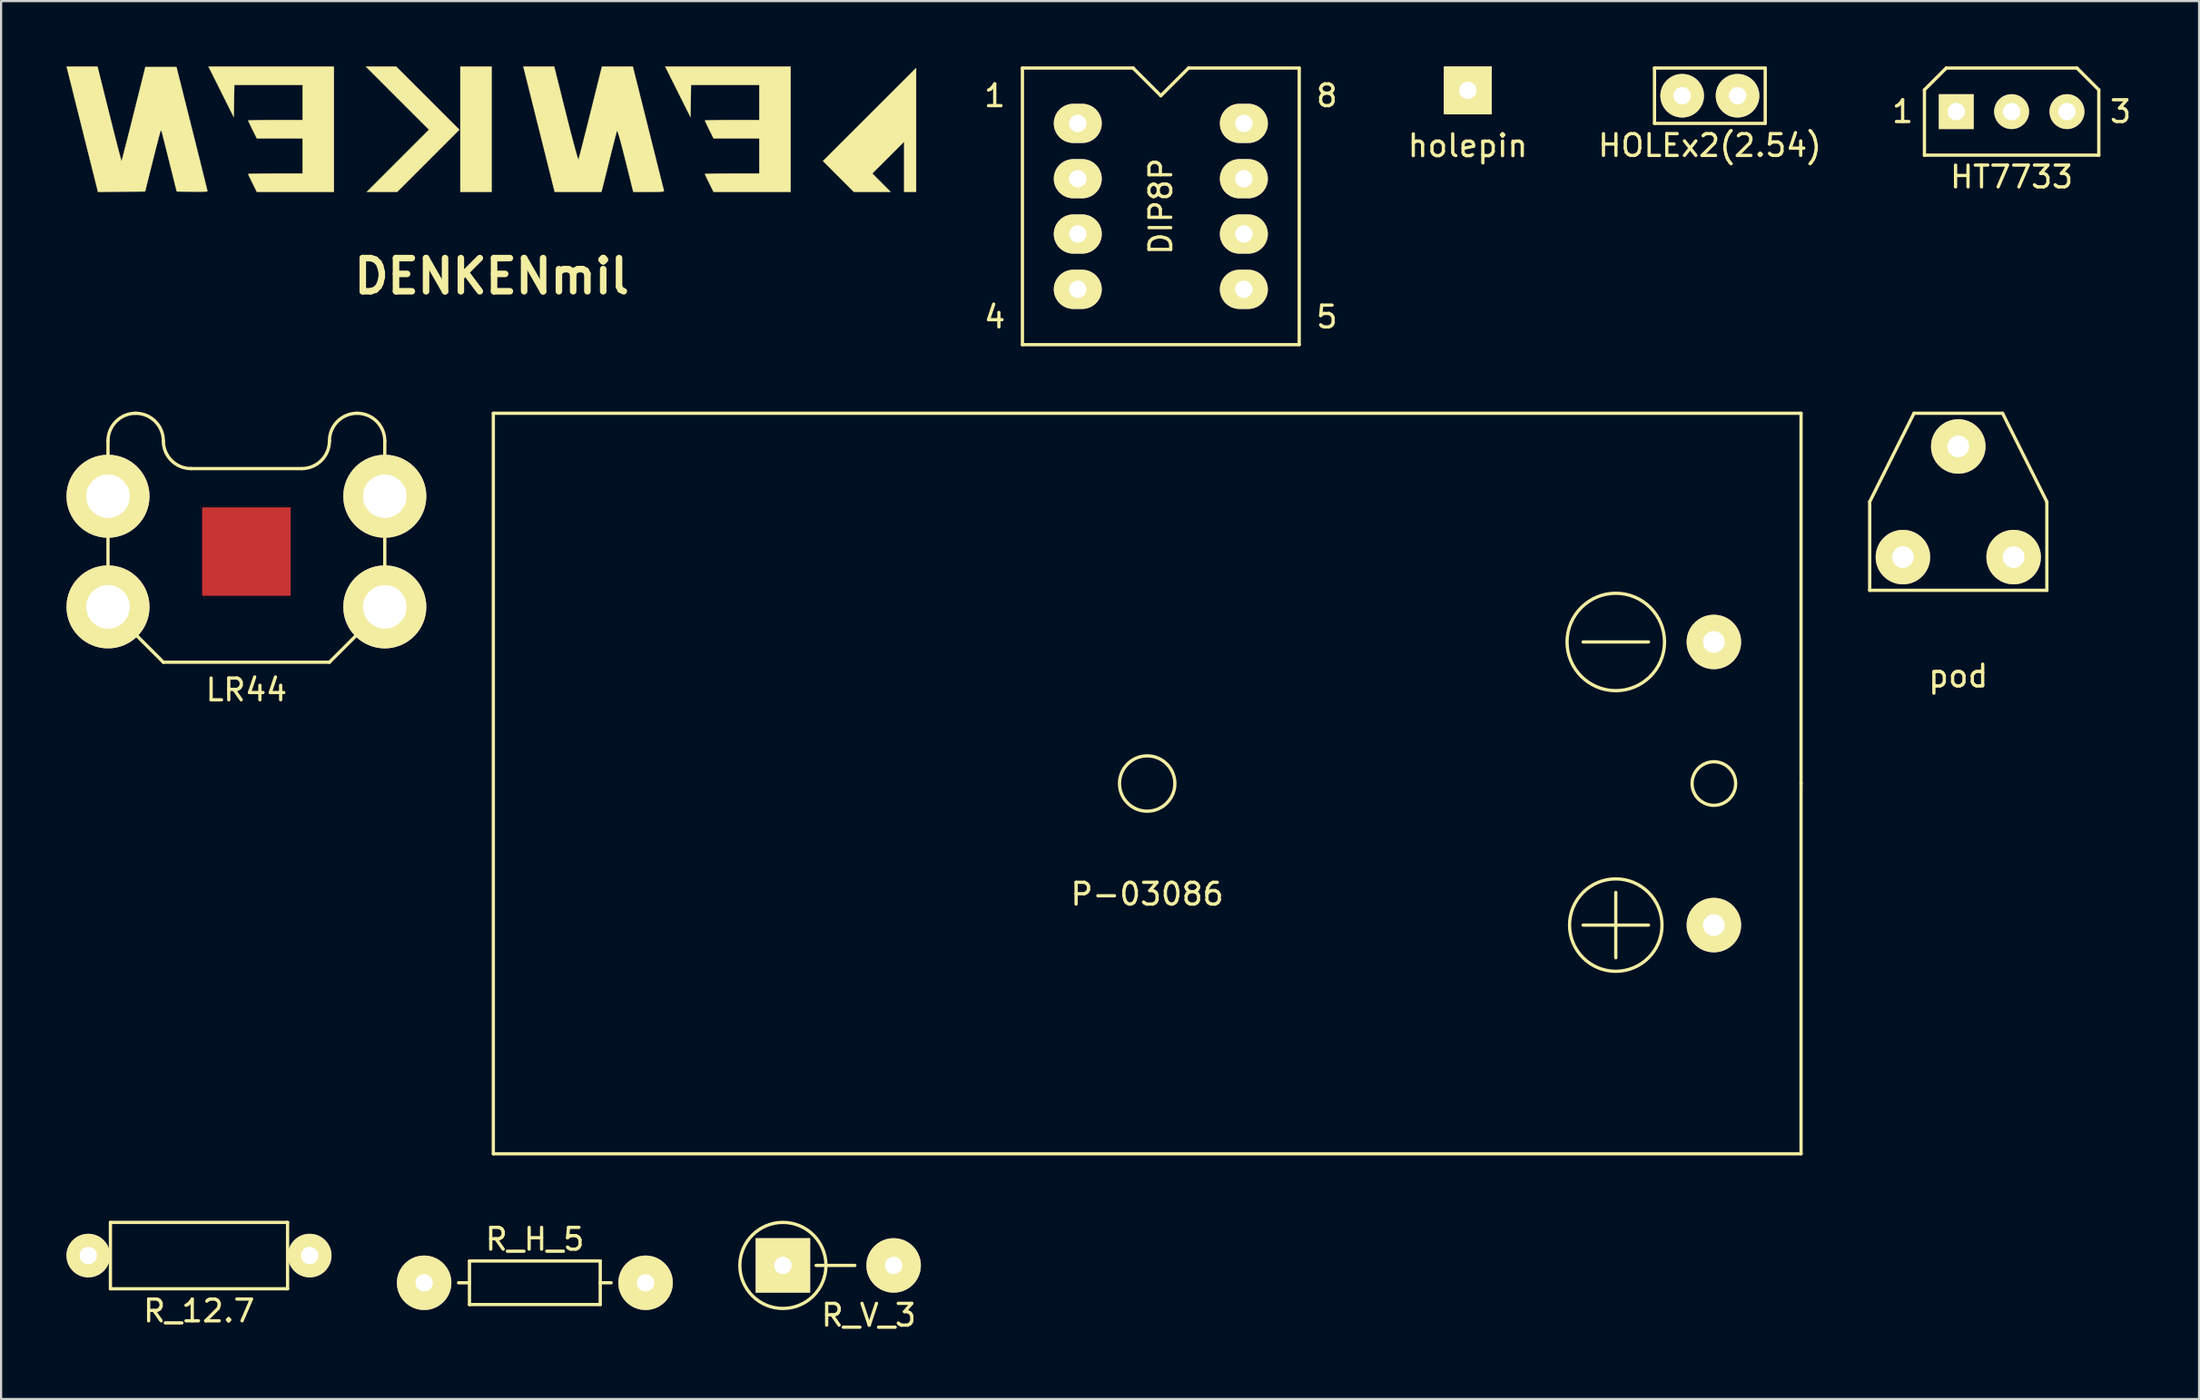
<source format=kicad_pcb>
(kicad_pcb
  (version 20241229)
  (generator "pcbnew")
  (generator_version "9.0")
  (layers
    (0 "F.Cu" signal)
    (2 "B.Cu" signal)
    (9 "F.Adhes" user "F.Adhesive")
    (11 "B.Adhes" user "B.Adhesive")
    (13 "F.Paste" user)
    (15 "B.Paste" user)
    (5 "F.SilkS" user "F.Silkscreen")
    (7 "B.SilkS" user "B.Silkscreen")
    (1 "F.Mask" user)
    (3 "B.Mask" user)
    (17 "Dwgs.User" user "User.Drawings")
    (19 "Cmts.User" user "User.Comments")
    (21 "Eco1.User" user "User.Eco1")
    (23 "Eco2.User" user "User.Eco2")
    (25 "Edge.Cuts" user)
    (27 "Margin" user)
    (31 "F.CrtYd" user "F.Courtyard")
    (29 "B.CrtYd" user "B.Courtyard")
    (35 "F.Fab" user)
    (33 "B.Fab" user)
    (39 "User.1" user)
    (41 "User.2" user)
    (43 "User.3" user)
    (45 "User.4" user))
  (footprint "R_V_3"
    (layer "F.Cu")
    (at 35.411 55.051)
    (property "Reference" "R_V_3" (at 1.397 2.286 0) (layer "F.SilkS") (effects (font (size 1 1) (thickness 0.15))))
    (attr through_hole)
    (fp_line (start -1.016 0) (end 0.762 0) (stroke (width 0.15) (type solid)) (layer "F.SilkS"))
    (fp_circle (center -2.54 0) (end -1.143 1.397) (stroke (width 0.15) (type solid)) (fill no) (layer "F.SilkS"))
    (pad "2" thru_hole rect (at -2.54 0) (size 2.5 2.5) (drill 0.8) (layers "*.Cu" "*.Mask" "F.SilkS"))
    (pad "3" thru_hole circle (at 2.54 0) (size 2.5 2.5) (drill 0.8) (layers "*.Cu" "*.Mask" "F.SilkS")))
  (footprint "DIP8P"
    (layer "F.Cu")
    (at 50.21 6.425)
    (property "Reference" "DIP8P" (at 0 0 90) (layer "F.SilkS") (effects (font (size 1 1) (thickness 0.15))))
    (attr through_hole)
    (fp_line (start -6.35 -6.35) (end -1.27 -6.35) (stroke (width 0.15) (type solid)) (layer "F.SilkS"))
    (fp_line (start -6.35 6.35) (end -6.35 -6.35) (stroke (width 0.15) (type solid)) (layer "F.SilkS"))
    (fp_line (start -1.27 -6.35) (end 0 -5.08) (stroke (width 0.15) (type solid)) (layer "F.SilkS"))
    (fp_line (start 0 -5.08) (end 1.27 -6.35) (stroke (width 0.15) (type solid)) (layer "F.SilkS"))
    (fp_line (start 1.27 -6.35) (end 6.35 -6.35) (stroke (width 0.15) (type solid)) (layer "F.SilkS"))
    (fp_line (start 6.35 -6.35) (end 6.35 6.35) (stroke (width 0.15) (type solid)) (layer "F.SilkS"))
    (fp_line (start 6.35 6.35) (end -6.35 6.35) (stroke (width 0.15) (type solid)) (layer "F.SilkS"))
    (fp_text user "8" (at 7.62 -5.08 0) (layer "F.SilkS") (effects (font (size 1 1) (thickness 0.15))))
    (fp_text user "4" (at -7.62 5.08 0) (layer "F.SilkS") (effects (font (size 1 1) (thickness 0.15))))
    (fp_text user "5" (at 7.62 5.08 0) (layer "F.SilkS") (effects (font (size 1 1) (thickness 0.15))))
    (fp_text user "1" (at -7.62 -5.08 0) (layer "F.SilkS") (effects (font (size 1 1) (thickness 0.15))))
    (pad "1" thru_hole oval (at -3.81 -3.81) (size 2.2 1.8) (drill 0.8) (layers "*.Cu" "*.Mask" "F.SilkS"))
    (pad "2" thru_hole oval (at -3.81 -1.27) (size 2.2 1.8) (drill 0.8) (layers "*.Cu" "*.Mask" "F.SilkS"))
    (pad "3" thru_hole oval (at -3.81 1.27) (size 2.2 1.8) (drill 0.8) (layers "*.Cu" "*.Mask" "F.SilkS"))
    (pad "4" thru_hole oval (at -3.81 3.81) (size 2.2 1.8) (drill 0.8) (layers "*.Cu" "*.Mask" "F.SilkS"))
    (pad "5" thru_hole oval (at 3.81 3.81) (size 2.2 1.8) (drill 0.8) (layers "*.Cu" "*.Mask" "F.SilkS"))
    (pad "6" thru_hole oval (at 3.81 1.27) (size 2.2 1.8) (drill 0.8) (layers "*.Cu" "*.Mask" "F.SilkS"))
    (pad "7" thru_hole oval (at 3.81 -1.27) (size 2.2 1.8) (drill 0.8) (layers "*.Cu" "*.Mask" "F.SilkS"))
    (pad "8" thru_hole oval (at 3.81 -3.81) (size 2.2 1.8) (drill 0.8) (layers "*.Cu" "*.Mask" "F.SilkS")))
  (footprint "DENKENmil"
    (layer "F.Cu")
    (at 19.51 2.884)
    (property "Reference" "DENKENmil" (at 0 6.75 0) (layer "F.SilkS") (effects (font (size 1.524 1.524) (thickness 0.3))))
    (attr through_hole)
    (fp_poly (pts (xy -1.439 2.879) (xy 0 2.879) (xy 0 -2.879) (xy -1.439 -2.879) (xy -1.439 2.879)) (stroke (width 0.01) (type solid)) (fill yes) (layer "F.SilkS"))
    (fp_poly (pts (xy -2.879 0.021) (xy -4.307 1.45) (xy -5.736 2.879) (xy -4.339 2.879) (xy -2.91 1.45) (xy -1.482 0.021) (xy -2.932 -1.429) (xy -4.382 -2.879) (xy -5.778 -2.879) (xy -2.879 0.021)) (stroke (width 0.01) (type solid)) (fill yes) (layer "F.SilkS"))
    (fp_poly (pts (xy 15.198 1.46) (xy 15.906 2.169) (xy 16.615 2.879) (xy 18.308 2.879) (xy 17.886 2.455) (xy 17.463 2.031) (xy 18.193 1.302) (xy 18.923 0.572) (xy 18.923 2.879) (xy 19.473 2.879) (xy 19.473 -2.815) (xy 15.198 1.46)) (stroke (width 0.01) (type solid)) (fill yes) (layer "F.SilkS"))
    (fp_poly (pts (xy -11.832 -0.549) (xy -11.821 -1.29) (xy -11.809 -2.032) (xy -8.678 -2.032) (xy -8.678 -0.423) (xy -9.927 -0.423) (xy -10.243 -0.423) (xy -10.529 -0.421) (xy -10.775 -0.418) (xy -10.971 -0.414) (xy -11.107 -0.409) (xy -11.172 -0.404) (xy -11.176 -0.403) (xy -11.158 -0.359) (xy -11.11 -0.256) (xy -11.04 -0.11) (xy -10.976 0.021) (xy -10.776 0.423) (xy -8.678 0.423) (xy -8.678 2.032) (xy -9.927 2.032) (xy -10.243 2.033) (xy -10.529 2.035) (xy -10.775 2.038) (xy -10.971 2.041) (xy -11.107 2.046) (xy -11.172 2.051) (xy -11.176 2.053) (xy -11.158 2.097) (xy -11.11 2.2) (xy -11.04 2.345) (xy -10.976 2.476) (xy -10.776 2.879) (xy -7.239 2.879) (xy -7.239 -2.879) (xy -12.996 -2.879) (xy -11.832 -0.549)) (stroke (width 0.01) (type solid)) (fill yes) (layer "F.SilkS"))
    (fp_poly (pts (xy 9.123 -0.549) (xy 9.134 -1.29) (xy 9.146 -2.032) (xy 12.277 -2.032) (xy 12.277 -0.423) (xy 11.028 -0.423) (xy 10.712 -0.423) (xy 10.426 -0.421) (xy 10.18 -0.418) (xy 9.984 -0.414) (xy 9.848 -0.409) (xy 9.783 -0.404) (xy 9.779 -0.403) (xy 9.797 -0.359) (xy 9.845 -0.256) (xy 9.915 -0.11) (xy 9.979 0.021) (xy 10.179 0.423) (xy 12.277 0.423) (xy 12.277 2.032) (xy 11.028 2.032) (xy 10.712 2.033) (xy 10.426 2.035) (xy 10.18 2.038) (xy 9.984 2.041) (xy 9.848 2.046) (xy 9.783 2.051) (xy 9.779 2.053) (xy 9.797 2.097) (xy 9.845 2.2) (xy 9.915 2.345) (xy 9.979 2.476) (xy 10.179 2.879) (xy 13.716 2.879) (xy 13.716 -2.879) (xy 7.959 -2.879) (xy 9.123 -0.549)) (stroke (width 0.01) (type solid)) (fill yes) (layer "F.SilkS"))
    (fp_poly (pts (xy -18.065 2.88) (xy -16.983 2.869) (xy -15.901 2.857) (xy -15.554 1.469) (xy -15.471 1.139) (xy -15.394 0.835) (xy -15.325 0.569) (xy -15.267 0.348) (xy -15.222 0.182) (xy -15.193 0.082) (xy -15.183 0.056) (xy -15.158 0.074) (xy -15.129 0.151) (xy -15.129 0.154) (xy -15.111 0.224) (xy -15.076 0.365) (xy -15.025 0.567) (xy -14.962 0.817) (xy -14.89 1.105) (xy -14.811 1.42) (xy -14.775 1.566) (xy -14.452 2.857) (xy -13.745 2.869) (xy -13.511 2.871) (xy -13.311 2.869) (xy -13.156 2.864) (xy -13.062 2.856) (xy -13.04 2.848) (xy -13.05 2.802) (xy -13.079 2.681) (xy -13.126 2.492) (xy -13.188 2.24) (xy -13.264 1.933) (xy -13.352 1.578) (xy -13.451 1.181) (xy -13.559 0.748) (xy -13.674 0.288) (xy -13.752 -0.021) (xy -14.462 -2.857) (xy -15.891 -2.857) (xy -16.429 -0.707) (xy -16.532 -0.294) (xy -16.629 0.093) (xy -16.719 0.447) (xy -16.799 0.76) (xy -16.867 1.025) (xy -16.921 1.234) (xy -16.959 1.379) (xy -16.98 1.453) (xy -16.983 1.46) (xy -16.996 1.424) (xy -17.027 1.312) (xy -17.075 1.134) (xy -17.137 0.895) (xy -17.213 0.605) (xy -17.298 0.269) (xy -17.393 -0.103) (xy -17.494 -0.506) (xy -17.543 -0.701) (xy -18.086 -2.879) (xy -19.505 -2.879) (xy -18.065 2.88)) (stroke (width 0.01) (type solid)) (fill yes) (layer "F.SilkS"))
    (fp_poly (pts (xy 4.534 -0.773) (xy 4.432 -0.363) (xy 4.335 0.023) (xy 4.245 0.376) (xy 4.166 0.69) (xy 4.097 0.955) (xy 4.043 1.165) (xy 4.004 1.31) (xy 3.982 1.384) (xy 3.98 1.391) (xy 3.964 1.362) (xy 3.93 1.259) (xy 3.88 1.088) (xy 3.816 0.856) (xy 3.74 0.572) (xy 3.653 0.242) (xy 3.558 -0.127) (xy 3.456 -0.526) (xy 3.409 -0.715) (xy 2.868 -2.879) (xy 1.45 -2.879) (xy 2.17 0) (xy 2.889 2.879) (xy 5.034 2.879) (xy 5.076 2.72) (xy 5.097 2.639) (xy 5.135 2.487) (xy 5.188 2.277) (xy 5.252 2.022) (xy 5.324 1.732) (xy 5.401 1.42) (xy 5.417 1.355) (xy 5.495 1.045) (xy 5.567 0.759) (xy 5.631 0.509) (xy 5.684 0.305) (xy 5.723 0.158) (xy 5.745 0.08) (xy 5.748 0.072) (xy 5.767 0.089) (xy 5.803 0.187) (xy 5.857 0.365) (xy 5.928 0.62) (xy 6.015 0.951) (xy 6.117 1.356) (xy 6.138 1.437) (xy 6.496 2.879) (xy 7.209 2.879) (xy 7.47 2.878) (xy 7.658 2.875) (xy 7.784 2.87) (xy 7.859 2.859) (xy 7.895 2.844) (xy 7.903 2.821) (xy 7.9 2.805) (xy 7.886 2.752) (xy 7.853 2.623) (xy 7.804 2.427) (xy 7.739 2.171) (xy 7.661 1.86) (xy 7.572 1.503) (xy 7.473 1.106) (xy 7.365 0.677) (xy 7.252 0.223) (xy 7.217 0.085) (xy 7.102 -0.379) (xy 6.991 -0.821) (xy 6.888 -1.235) (xy 6.793 -1.613) (xy 6.71 -1.949) (xy 6.638 -2.233) (xy 6.581 -2.46) (xy 6.541 -2.621) (xy 6.518 -2.71) (xy 6.516 -2.72) (xy 6.474 -2.879) (xy 5.058 -2.879) (xy 4.534 -0.773)) (stroke (width 0.01) (type solid)) (fill yes) (layer "F.SilkS")))
  (footprint "holepin"
    (layer "F.Cu")
    (at 64.294 1.1)
    (property "Reference" "holepin" (at 0 2.54 0) (layer "F.SilkS") (effects (font (size 1 1) (thickness 0.15))))
    (attr through_hole)
    (pad "1" thru_hole rect (at 0 0) (size 2.2 2.2) (drill 0.8) (layers "*.Cu" "*.Mask" "F.SilkS")))
  (footprint "R_12.7"
    (layer "F.Cu")
    (at 6.08 54.599)
    (property "Reference" "R_12.7" (at 0 2.54 0) (layer "F.SilkS") (effects (font (size 1 1) (thickness 0.15))))
    (attr through_hole)
    (fp_line (start -4.064 -1.524) (end -4.064 1.524) (stroke (width 0.15) (type solid)) (layer "F.SilkS"))
    (fp_line (start -4.064 1.524) (end 4.064 1.524) (stroke (width 0.15) (type solid)) (layer "F.SilkS"))
    (fp_line (start 4.064 -1.524) (end -4.064 -1.524) (stroke (width 0.15) (type solid)) (layer "F.SilkS"))
    (fp_line (start 4.064 1.524) (end 4.064 -1.524) (stroke (width 0.15) (type solid)) (layer "F.SilkS"))
    (pad "1" thru_hole circle (at -5.08 0) (size 2 2) (drill 0.8) (layers "*.Cu" "*.Mask" "F.SilkS"))
    (pad "2" thru_hole circle (at 5.08 0) (size 2 2) (drill 0.8) (layers "*.Cu" "*.Mask" "F.SilkS")))
  (footprint "P-03086"
    (layer "F.Cu")
    (at 49.585 32.925)
    (property "Reference" "P-03086" (at 0 5.08 0) (layer "F.SilkS") (effects (font (size 1 1) (thickness 0.15))))
    (attr through_hole)
    (fp_line (start -30 -17) (end -30 17) (stroke (width 0.15) (type solid)) (layer "F.SilkS"))
    (fp_line (start -30 17) (end 30 17) (stroke (width 0.15) (type solid)) (layer "F.SilkS"))
    (fp_line (start 20 -6.5) (end 23 -6.5) (stroke (width 0.15) (type solid)) (layer "F.SilkS"))
    (fp_line (start 20 6.5) (end 23 6.5) (stroke (width 0.15) (type solid)) (layer "F.SilkS"))
    (fp_line (start 21.5 5) (end 21.5 8) (stroke (width 0.15) (type solid)) (layer "F.SilkS"))
    (fp_line (start 30 -17) (end -30 -17) (stroke (width 0.15) (type solid)) (layer "F.SilkS"))
    (fp_line (start 30 0) (end 30 -17) (stroke (width 0.15) (type solid)) (layer "F.SilkS"))
    (fp_line (start 30 17) (end 30 0) (stroke (width 0.15) (type solid)) (layer "F.SilkS"))
    (fp_circle (center 0 0) (end 1.27 0) (stroke (width 0.15) (type solid)) (fill no) (layer "F.SilkS"))
    (fp_circle (center 21.5 -6.5) (end 22.5 -4.5) (stroke (width 0.15) (type solid)) (fill no) (layer "F.SilkS"))
    (fp_circle (center 21.5 6.5) (end 23 8) (stroke (width 0.15) (type solid)) (fill no) (layer "F.SilkS"))
    (fp_circle (center 26 0) (end 26 -1) (stroke (width 0.15) (type solid)) (fill no) (layer "F.SilkS"))
    (pad "1" thru_hole circle (at 26 6.5) (size 2.5 2.5) (drill 1) (layers "*.Cu" "*.Mask" "F.SilkS"))
    (pad "2" thru_hole circle (at 26 -6.5) (size 2.5 2.5) (drill 1) (layers "*.Cu" "*.Mask" "F.SilkS")))
  (footprint "HT7733"
    (layer "F.Cu")
    (at 89.246 2.075)
    (property "Reference" "HT7733" (at 0 3 0) (layer "F.SilkS") (effects (font (size 1 1) (thickness 0.15))))
    (attr through_hole)
    (fp_line (start -4 -1) (end -3 -2) (stroke (width 0.15) (type solid)) (layer "F.SilkS"))
    (fp_line (start -4 2) (end -4 -1) (stroke (width 0.15) (type solid)) (layer "F.SilkS"))
    (fp_line (start -3 -2) (end 3 -2) (stroke (width 0.15) (type solid)) (layer "F.SilkS"))
    (fp_line (start 3 -2) (end 4 -1) (stroke (width 0.15) (type solid)) (layer "F.SilkS"))
    (fp_line (start 4 -1) (end 4 2) (stroke (width 0.15) (type solid)) (layer "F.SilkS"))
    (fp_line (start 4 2) (end -4 2) (stroke (width 0.15) (type solid)) (layer "F.SilkS"))
    (fp_text user "3" (at 5 0 0) (layer "F.SilkS") (effects (font (size 1 1) (thickness 0.15))))
    (fp_text user "1" (at -5 0 0) (layer "F.SilkS") (effects (font (size 1 1) (thickness 0.15))))
    (pad "1" thru_hole rect (at -2.54 0) (size 1.6 1.6) (drill 0.8) (layers "*.Cu" "*.Mask" "F.SilkS"))
    (pad "2" thru_hole circle (at 0 0) (size 1.6 1.6) (drill 0.8) (layers "*.Cu" "*.Mask" "F.SilkS"))
    (pad "3" thru_hole circle (at 2.54 0) (size 1.6 1.6) (drill 0.8) (layers "*.Cu" "*.Mask" "F.SilkS")))
  (footprint "LR44"
    (layer "F.Cu")
    (at 8.255 22.275)
    (property "Reference" "LR44" (at 0 6.35 0) (layer "F.SilkS") (effects (font (size 1 1) (thickness 0.15))))
    (attr through_hole)
    (fp_line (start -6.35 -3.81) (end -6.35 -5.08) (stroke (width 0.15) (type solid)) (layer "F.SilkS"))
    (fp_line (start -6.35 -3.81) (end -6.35 -2.54) (stroke (width 0.15) (type solid)) (layer "F.SilkS"))
    (fp_line (start -6.35 2.54) (end -6.35 -2.54) (stroke (width 0.15) (type solid)) (layer "F.SilkS"))
    (fp_line (start -3.81 5.08) (end -6.35 2.54) (stroke (width 0.15) (type solid)) (layer "F.SilkS"))
    (fp_line (start -3.81 5.08) (end 3.81 5.08) (stroke (width 0.15) (type solid)) (layer "F.SilkS"))
    (fp_line (start 2.54 -3.81) (end -2.54 -3.81) (stroke (width 0.15) (type solid)) (layer "F.SilkS"))
    (fp_line (start 3.81 5.08) (end 6.35 2.54) (stroke (width 0.15) (type solid)) (layer "F.SilkS"))
    (fp_line (start 6.35 -3.81) (end 6.35 -5.08) (stroke (width 0.15) (type solid)) (layer "F.SilkS"))
    (fp_line (start 6.35 -3.81) (end 6.35 -2.54) (stroke (width 0.15) (type solid)) (layer "F.SilkS"))
    (fp_line (start 6.35 2.54) (end 6.35 -2.54) (stroke (width 0.15) (type solid)) (layer "F.SilkS"))
    (fp_arc (start -6.35 -5.08) (mid -5.978026 -5.978026) (end -5.08 -6.35) (stroke (width 0.15) (type solid)) (layer "F.SilkS"))
    (fp_arc (start -5.08 -6.35) (mid -4.181974 -5.978026) (end -3.81 -5.08) (stroke (width 0.15) (type solid)) (layer "F.SilkS"))
    (fp_arc (start -2.54 -3.81) (mid -3.438026 -4.181974) (end -3.81 -5.08) (stroke (width 0.15) (type solid)) (layer "F.SilkS"))
    (fp_arc (start 3.81 -5.08) (mid 3.438026 -4.181974) (end 2.54 -3.81) (stroke (width 0.15) (type solid)) (layer "F.SilkS"))
    (fp_arc (start 3.81 -5.08) (mid 4.181974 -5.978026) (end 5.08 -6.35) (stroke (width 0.15) (type solid)) (layer "F.SilkS"))
    (fp_arc (start 5.08 -6.35) (mid 5.978026 -5.978026) (end 6.35 -5.08) (stroke (width 0.15) (type solid)) (layer "F.SilkS"))
    (pad "1" thru_hole circle (at -6.35 -2.54) (size 3.81 3.81) (drill 2) (layers "*.Cu" "*.Mask" "F.SilkS"))
    (pad "1" thru_hole circle (at -6.35 2.54) (size 3.81 3.81) (drill 2) (layers "*.Cu" "*.Mask" "F.SilkS"))
    (pad "1" thru_hole circle (at 6.35 -2.54) (size 3.81 3.81) (drill 2) (layers "*.Cu" "*.Mask" "F.SilkS"))
    (pad "1" thru_hole circle (at 6.35 2.54) (size 3.81 3.81) (drill 2) (layers "*.Cu" "*.Mask" "F.SilkS"))
    (pad "2" smd rect (at 0 0) (size 4.06 4.06) (layers "F.Cu" "F.Mask" "F.Paste")))
  (footprint "HOLEx2(2.54)"
    (layer "F.Cu")
    (at 75.401 1.345)
    (property "Reference" "HOLEx2(2.54)" (at 0 2.286 0) (layer "F.SilkS") (effects (font (size 1 1) (thickness 0.15))))
    (attr through_hole)
    (fp_line (start -2.54 -1.27) (end 2.54 -1.27) (stroke (width 0.15) (type solid)) (layer "F.SilkS"))
    (fp_line (start -2.54 1.27) (end -2.54 -1.27) (stroke (width 0.15) (type solid)) (layer "F.SilkS"))
    (fp_line (start 2.54 -1.27) (end 2.54 1.27) (stroke (width 0.15) (type solid)) (layer "F.SilkS"))
    (fp_line (start 2.54 1.27) (end -2.54 1.27) (stroke (width 0.15) (type solid)) (layer "F.SilkS"))
    (pad "1" thru_hole circle (at -1.27 0) (size 2 2) (drill 0.8) (layers "*.Cu" "*.Mask" "F.SilkS"))
    (pad "2" thru_hole circle (at 1.27 0) (size 2 2) (drill 0.8) (layers "*.Cu" "*.Mask" "F.SilkS")))
  (footprint "R_H_5"
    (layer "F.Cu")
    (at 21.49 55.848)
    (property "Reference" "R_H_5" (at 0 -2 0) (layer "F.SilkS") (effects (font (size 1 1) (thickness 0.15))))
    (attr through_hole)
    (fp_line (start -3.5 0) (end -3 0) (stroke (width 0.15) (type solid)) (layer "F.SilkS"))
    (fp_line (start -3 -1) (end -3 1) (stroke (width 0.15) (type solid)) (layer "F.SilkS"))
    (fp_line (start -3 1) (end 3 1) (stroke (width 0.15) (type solid)) (layer "F.SilkS"))
    (fp_line (start 3 -1) (end -3 -1) (stroke (width 0.15) (type solid)) (layer "F.SilkS"))
    (fp_line (start 3 1) (end 3 -1) (stroke (width 0.15) (type solid)) (layer "F.SilkS"))
    (fp_line (start 3.5 0) (end 3 0) (stroke (width 0.15) (type solid)) (layer "F.SilkS"))
    (pad "1" thru_hole circle (at -5.08 0) (size 2.5 2.5) (drill 0.8) (layers "*.Cu" "*.Mask" "F.SilkS"))
    (pad "2" thru_hole circle (at 5.08 0) (size 2.5 2.5) (drill 0.8) (layers "*.Cu" "*.Mask" "F.SilkS")))
  (footprint "pod"
    (layer "F.Cu")
    (at 86.799 19.989)
    (property "Reference" "pod" (at 0 8 0) (layer "F.SilkS") (effects (font (size 1 1) (thickness 0.15))))
    (attr through_hole)
    (fp_line (start -4.064 0) (end -4.064 4.064) (stroke (width 0.15) (type solid)) (layer "F.SilkS"))
    (fp_line (start -4.064 4.064) (end 4.064 4.064) (stroke (width 0.15) (type solid)) (layer "F.SilkS"))
    (fp_line (start -2.032 -4.064) (end -4.064 0) (stroke (width 0.15) (type solid)) (layer "F.SilkS"))
    (fp_line (start 2.032 -4.064) (end -2.032 -4.064) (stroke (width 0.15) (type solid)) (layer "F.SilkS"))
    (fp_line (start 4.064 0) (end 2.032 -4.064) (stroke (width 0.15) (type solid)) (layer "F.SilkS"))
    (fp_line (start 4.064 4.064) (end 4.064 0) (stroke (width 0.15) (type solid)) (layer "F.SilkS"))
    (pad "1" thru_hole circle (at -2.54 2.54) (size 2.5 2.5) (drill 1) (layers "*.Cu" "*.Mask" "F.SilkS"))
    (pad "2" thru_hole circle (at 0 -2.54) (size 2.5 2.5) (drill 1) (layers "*.Cu" "*.Mask" "F.SilkS"))
    (pad "3" thru_hole circle (at 2.54 2.54) (size 2.5 2.5) (drill 1) (layers "*.Cu" "*.Mask" "F.SilkS")))
  (gr_rect
    (start -3 -3)
    (end 97.848 61.185)
    (stroke (width 0.1) (type default))
    (fill no)
    (layer "Edge.Cuts")))
</source>
